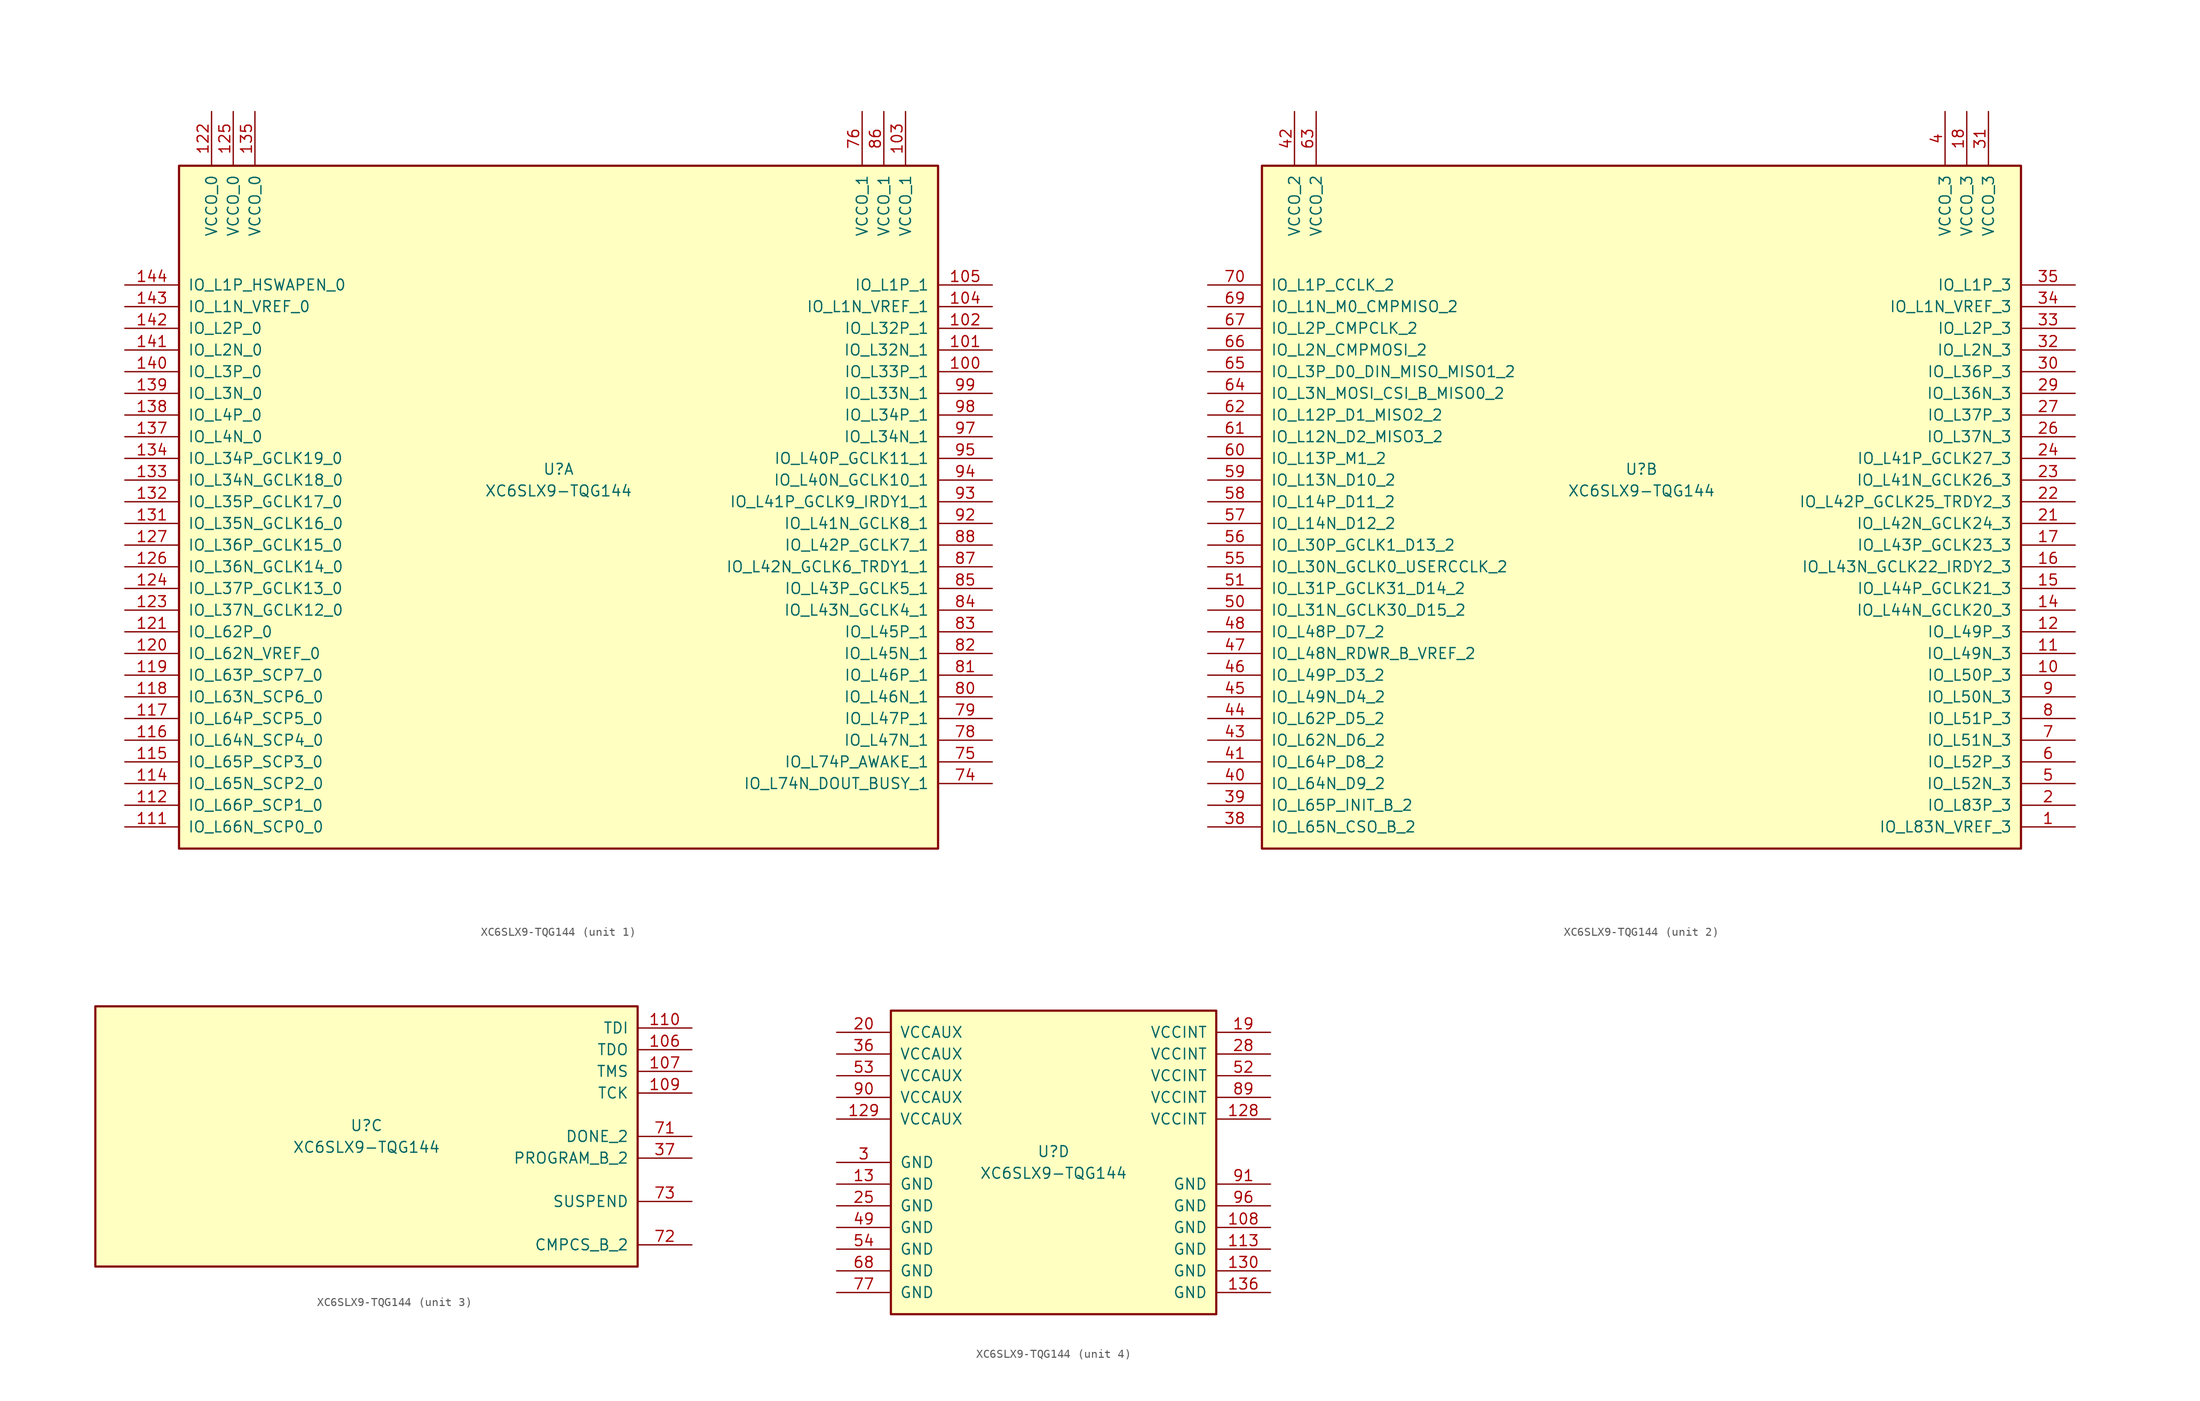
<source format=kicad_sym>
(kicad_symbol_lib
  (version 20211014)
  (generator kicad_symbol_editor)
  (symbol "XC6SLX9-TQG144"
    (pin_names
      (offset 1.016))
    (property "Reference" "U"
      (at 0 1.27 0)
      (effects (font (size 1.27 1.27))))
    (property "Value" "XC6SLX9-TQG144"
      (at 0 -1.27 0)
      (effects (font (size 1.27 1.27))))
    (property "Datasheet" ""
      (at 0 0 0)
      (effects (font (size 1.27 1.27))))
    (property "ki_locked" ""
      (at 0 0 0)
      (effects (font (size 1.27 1.27))))
    (symbol "XC6SLX9-TQG144_1_1"
      (rectangle (start -44.45 36.83) (end 44.45 -43.18) (stroke (width 0.254) (type default) (color 0 0 0 0)) (fill (type background)))
      (pin bidirectional line (at 50.8 12.7 180) (length 6.35) (name "IO_L33P_1" (effects (font (size 1.27 1.27)))) (number "100" (effects (font (size 1.27 1.27)))))
      (pin bidirectional line (at 50.8 15.24 180) (length 6.35) (name "IO_L32N_1" (effects (font (size 1.27 1.27)))) (number "101" (effects (font (size 1.27 1.27)))))
      (pin bidirectional line (at 50.8 17.78 180) (length 6.35) (name "IO_L32P_1" (effects (font (size 1.27 1.27)))) (number "102" (effects (font (size 1.27 1.27)))))
      (pin power_in line (at 40.64 43.18 270) (length 6.35) (name "VCCO_1" (effects (font (size 1.27 1.27)))) (number "103" (effects (font (size 1.27 1.27)))))
      (pin bidirectional line (at 50.8 20.32 180) (length 6.35) (name "IO_L1N_VREF_1" (effects (font (size 1.27 1.27)))) (number "104" (effects (font (size 1.27 1.27)))))
      (pin bidirectional line (at 50.8 22.86 180) (length 6.35) (name "IO_L1P_1" (effects (font (size 1.27 1.27)))) (number "105" (effects (font (size 1.27 1.27)))))
      (pin bidirectional line (at -50.8 -40.64 0) (length 6.35) (name "IO_L66N_SCP0_0" (effects (font (size 1.27 1.27)))) (number "111" (effects (font (size 1.27 1.27)))))
      (pin bidirectional line (at -50.8 -38.1 0) (length 6.35) (name "IO_L66P_SCP1_0" (effects (font (size 1.27 1.27)))) (number "112" (effects (font (size 1.27 1.27)))))
      (pin bidirectional line (at -50.8 -35.56 0) (length 6.35) (name "IO_L65N_SCP2_0" (effects (font (size 1.27 1.27)))) (number "114" (effects (font (size 1.27 1.27)))))
      (pin bidirectional line (at -50.8 -33.02 0) (length 6.35) (name "IO_L65P_SCP3_0" (effects (font (size 1.27 1.27)))) (number "115" (effects (font (size 1.27 1.27)))))
      (pin bidirectional line (at -50.8 -30.48 0) (length 6.35) (name "IO_L64N_SCP4_0" (effects (font (size 1.27 1.27)))) (number "116" (effects (font (size 1.27 1.27)))))
      (pin bidirectional line (at -50.8 -27.94 0) (length 6.35) (name "IO_L64P_SCP5_0" (effects (font (size 1.27 1.27)))) (number "117" (effects (font (size 1.27 1.27)))))
      (pin bidirectional line (at -50.8 -25.4 0) (length 6.35) (name "IO_L63N_SCP6_0" (effects (font (size 1.27 1.27)))) (number "118" (effects (font (size 1.27 1.27)))))
      (pin bidirectional line (at -50.8 -22.86 0) (length 6.35) (name "IO_L63P_SCP7_0" (effects (font (size 1.27 1.27)))) (number "119" (effects (font (size 1.27 1.27)))))
      (pin bidirectional line (at -50.8 -20.32 0) (length 6.35) (name "IO_L62N_VREF_0" (effects (font (size 1.27 1.27)))) (number "120" (effects (font (size 1.27 1.27)))))
      (pin bidirectional line (at -50.8 -17.78 0) (length 6.35) (name "IO_L62P_0" (effects (font (size 1.27 1.27)))) (number "121" (effects (font (size 1.27 1.27)))))
      (pin power_in line (at -40.64 43.18 270) (length 6.35) (name "VCCO_0" (effects (font (size 1.27 1.27)))) (number "122" (effects (font (size 1.27 1.27)))))
      (pin bidirectional line (at -50.8 -15.24 0) (length 6.35) (name "IO_L37N_GCLK12_0" (effects (font (size 1.27 1.27)))) (number "123" (effects (font (size 1.27 1.27)))))
      (pin bidirectional line (at -50.8 -12.7 0) (length 6.35) (name "IO_L37P_GCLK13_0" (effects (font (size 1.27 1.27)))) (number "124" (effects (font (size 1.27 1.27)))))
      (pin power_in line (at -38.1 43.18 270) (length 6.35) (name "VCCO_0" (effects (font (size 1.27 1.27)))) (number "125" (effects (font (size 1.27 1.27)))))
      (pin bidirectional line (at -50.8 -10.16 0) (length 6.35) (name "IO_L36N_GCLK14_0" (effects (font (size 1.27 1.27)))) (number "126" (effects (font (size 1.27 1.27)))))
      (pin bidirectional line (at -50.8 -7.62 0) (length 6.35) (name "IO_L36P_GCLK15_0" (effects (font (size 1.27 1.27)))) (number "127" (effects (font (size 1.27 1.27)))))
      (pin bidirectional line (at -50.8 -5.08 0) (length 6.35) (name "IO_L35N_GCLK16_0" (effects (font (size 1.27 1.27)))) (number "131" (effects (font (size 1.27 1.27)))))
      (pin bidirectional line (at -50.8 -2.54 0) (length 6.35) (name "IO_L35P_GCLK17_0" (effects (font (size 1.27 1.27)))) (number "132" (effects (font (size 1.27 1.27)))))
      (pin bidirectional line (at -50.8 0 0) (length 6.35) (name "IO_L34N_GCLK18_0" (effects (font (size 1.27 1.27)))) (number "133" (effects (font (size 1.27 1.27)))))
      (pin bidirectional line (at -50.8 2.54 0) (length 6.35) (name "IO_L34P_GCLK19_0" (effects (font (size 1.27 1.27)))) (number "134" (effects (font (size 1.27 1.27)))))
      (pin power_in line (at -35.56 43.18 270) (length 6.35) (name "VCCO_0" (effects (font (size 1.27 1.27)))) (number "135" (effects (font (size 1.27 1.27)))))
      (pin bidirectional line (at -50.8 5.08 0) (length 6.35) (name "IO_L4N_0" (effects (font (size 1.27 1.27)))) (number "137" (effects (font (size 1.27 1.27)))))
      (pin bidirectional line (at -50.8 7.62 0) (length 6.35) (name "IO_L4P_0" (effects (font (size 1.27 1.27)))) (number "138" (effects (font (size 1.27 1.27)))))
      (pin bidirectional line (at -50.8 10.16 0) (length 6.35) (name "IO_L3N_0" (effects (font (size 1.27 1.27)))) (number "139" (effects (font (size 1.27 1.27)))))
      (pin bidirectional line (at -50.8 12.7 0) (length 6.35) (name "IO_L3P_0" (effects (font (size 1.27 1.27)))) (number "140" (effects (font (size 1.27 1.27)))))
      (pin bidirectional line (at -50.8 15.24 0) (length 6.35) (name "IO_L2N_0" (effects (font (size 1.27 1.27)))) (number "141" (effects (font (size 1.27 1.27)))))
      (pin bidirectional line (at -50.8 17.78 0) (length 6.35) (name "IO_L2P_0" (effects (font (size 1.27 1.27)))) (number "142" (effects (font (size 1.27 1.27)))))
      (pin bidirectional line (at -50.8 20.32 0) (length 6.35) (name "IO_L1N_VREF_0" (effects (font (size 1.27 1.27)))) (number "143" (effects (font (size 1.27 1.27)))))
      (pin bidirectional line (at -50.8 22.86 0) (length 6.35) (name "IO_L1P_HSWAPEN_0" (effects (font (size 1.27 1.27)))) (number "144" (effects (font (size 1.27 1.27)))))
      (pin bidirectional line (at 50.8 -35.56 180) (length 6.35) (name "IO_L74N_DOUT_BUSY_1" (effects (font (size 1.27 1.27)))) (number "74" (effects (font (size 1.27 1.27)))))
      (pin bidirectional line (at 50.8 -33.02 180) (length 6.35) (name "IO_L74P_AWAKE_1" (effects (font (size 1.27 1.27)))) (number "75" (effects (font (size 1.27 1.27)))))
      (pin power_in line (at 35.56 43.18 270) (length 6.35) (name "VCCO_1" (effects (font (size 1.27 1.27)))) (number "76" (effects (font (size 1.27 1.27)))))
      (pin bidirectional line (at 50.8 -30.48 180) (length 6.35) (name "IO_L47N_1" (effects (font (size 1.27 1.27)))) (number "78" (effects (font (size 1.27 1.27)))))
      (pin bidirectional line (at 50.8 -27.94 180) (length 6.35) (name "IO_L47P_1" (effects (font (size 1.27 1.27)))) (number "79" (effects (font (size 1.27 1.27)))))
      (pin bidirectional line (at 50.8 -25.4 180) (length 6.35) (name "IO_L46N_1" (effects (font (size 1.27 1.27)))) (number "80" (effects (font (size 1.27 1.27)))))
      (pin bidirectional line (at 50.8 -22.86 180) (length 6.35) (name "IO_L46P_1" (effects (font (size 1.27 1.27)))) (number "81" (effects (font (size 1.27 1.27)))))
      (pin bidirectional line (at 50.8 -20.32 180) (length 6.35) (name "IO_L45N_1" (effects (font (size 1.27 1.27)))) (number "82" (effects (font (size 1.27 1.27)))))
      (pin bidirectional line (at 50.8 -17.78 180) (length 6.35) (name "IO_L45P_1" (effects (font (size 1.27 1.27)))) (number "83" (effects (font (size 1.27 1.27)))))
      (pin bidirectional line (at 50.8 -15.24 180) (length 6.35) (name "IO_L43N_GCLK4_1" (effects (font (size 1.27 1.27)))) (number "84" (effects (font (size 1.27 1.27)))))
      (pin bidirectional line (at 50.8 -12.7 180) (length 6.35) (name "IO_L43P_GCLK5_1" (effects (font (size 1.27 1.27)))) (number "85" (effects (font (size 1.27 1.27)))))
      (pin power_in line (at 38.1 43.18 270) (length 6.35) (name "VCCO_1" (effects (font (size 1.27 1.27)))) (number "86" (effects (font (size 1.27 1.27)))))
      (pin bidirectional line (at 50.8 -10.16 180) (length 6.35) (name "IO_L42N_GCLK6_TRDY1_1" (effects (font (size 1.27 1.27)))) (number "87" (effects (font (size 1.27 1.27)))))
      (pin bidirectional line (at 50.8 -7.62 180) (length 6.35) (name "IO_L42P_GCLK7_1" (effects (font (size 1.27 1.27)))) (number "88" (effects (font (size 1.27 1.27)))))
      (pin bidirectional line (at 50.8 -5.08 180) (length 6.35) (name "IO_L41N_GCLK8_1" (effects (font (size 1.27 1.27)))) (number "92" (effects (font (size 1.27 1.27)))))
      (pin bidirectional line (at 50.8 -2.54 180) (length 6.35) (name "IO_L41P_GCLK9_IRDY1_1" (effects (font (size 1.27 1.27)))) (number "93" (effects (font (size 1.27 1.27)))))
      (pin bidirectional line (at 50.8 0 180) (length 6.35) (name "IO_L40N_GCLK10_1" (effects (font (size 1.27 1.27)))) (number "94" (effects (font (size 1.27 1.27)))))
      (pin bidirectional line (at 50.8 2.54 180) (length 6.35) (name "IO_L40P_GCLK11_1" (effects (font (size 1.27 1.27)))) (number "95" (effects (font (size 1.27 1.27)))))
      (pin bidirectional line (at 50.8 5.08 180) (length 6.35) (name "IO_L34N_1" (effects (font (size 1.27 1.27)))) (number "97" (effects (font (size 1.27 1.27)))))
      (pin bidirectional line (at 50.8 7.62 180) (length 6.35) (name "IO_L34P_1" (effects (font (size 1.27 1.27)))) (number "98" (effects (font (size 1.27 1.27)))))
      (pin bidirectional line (at 50.8 10.16 180) (length 6.35) (name "IO_L33N_1" (effects (font (size 1.27 1.27)))) (number "99" (effects (font (size 1.27 1.27))))))
    (symbol "XC6SLX9-TQG144_2_1"
      (rectangle (start -44.45 36.83) (end 44.45 -43.18) (stroke (width 0.254) (type default) (color 0 0 0 0)) (fill (type background)))
      (pin bidirectional line (at 50.8 -40.64 180) (length 6.35) (name "IO_L83N_VREF_3" (effects (font (size 1.27 1.27)))) (number "1" (effects (font (size 1.27 1.27)))))
      (pin bidirectional line (at 50.8 -22.86 180) (length 6.35) (name "IO_L50P_3" (effects (font (size 1.27 1.27)))) (number "10" (effects (font (size 1.27 1.27)))))
      (pin bidirectional line (at 50.8 -20.32 180) (length 6.35) (name "IO_L49N_3" (effects (font (size 1.27 1.27)))) (number "11" (effects (font (size 1.27 1.27)))))
      (pin bidirectional line (at 50.8 -17.78 180) (length 6.35) (name "IO_L49P_3" (effects (font (size 1.27 1.27)))) (number "12" (effects (font (size 1.27 1.27)))))
      (pin bidirectional line (at 50.8 -15.24 180) (length 6.35) (name "IO_L44N_GCLK20_3" (effects (font (size 1.27 1.27)))) (number "14" (effects (font (size 1.27 1.27)))))
      (pin bidirectional line (at 50.8 -12.7 180) (length 6.35) (name "IO_L44P_GCLK21_3" (effects (font (size 1.27 1.27)))) (number "15" (effects (font (size 1.27 1.27)))))
      (pin bidirectional line (at 50.8 -10.16 180) (length 6.35) (name "IO_L43N_GCLK22_IRDY2_3" (effects (font (size 1.27 1.27)))) (number "16" (effects (font (size 1.27 1.27)))))
      (pin bidirectional line (at 50.8 -7.62 180) (length 6.35) (name "IO_L43P_GCLK23_3" (effects (font (size 1.27 1.27)))) (number "17" (effects (font (size 1.27 1.27)))))
      (pin power_in line (at 38.1 43.18 270) (length 6.35) (name "VCCO_3" (effects (font (size 1.27 1.27)))) (number "18" (effects (font (size 1.27 1.27)))))
      (pin bidirectional line (at 50.8 -38.1 180) (length 6.35) (name "IO_L83P_3" (effects (font (size 1.27 1.27)))) (number "2" (effects (font (size 1.27 1.27)))))
      (pin bidirectional line (at 50.8 -5.08 180) (length 6.35) (name "IO_L42N_GCLK24_3" (effects (font (size 1.27 1.27)))) (number "21" (effects (font (size 1.27 1.27)))))
      (pin bidirectional line (at 50.8 -2.54 180) (length 6.35) (name "IO_L42P_GCLK25_TRDY2_3" (effects (font (size 1.27 1.27)))) (number "22" (effects (font (size 1.27 1.27)))))
      (pin bidirectional line (at 50.8 0 180) (length 6.35) (name "IO_L41N_GCLK26_3" (effects (font (size 1.27 1.27)))) (number "23" (effects (font (size 1.27 1.27)))))
      (pin bidirectional line (at 50.8 2.54 180) (length 6.35) (name "IO_L41P_GCLK27_3" (effects (font (size 1.27 1.27)))) (number "24" (effects (font (size 1.27 1.27)))))
      (pin bidirectional line (at 50.8 5.08 180) (length 6.35) (name "IO_L37N_3" (effects (font (size 1.27 1.27)))) (number "26" (effects (font (size 1.27 1.27)))))
      (pin bidirectional line (at 50.8 7.62 180) (length 6.35) (name "IO_L37P_3" (effects (font (size 1.27 1.27)))) (number "27" (effects (font (size 1.27 1.27)))))
      (pin bidirectional line (at 50.8 10.16 180) (length 6.35) (name "IO_L36N_3" (effects (font (size 1.27 1.27)))) (number "29" (effects (font (size 1.27 1.27)))))
      (pin bidirectional line (at 50.8 12.7 180) (length 6.35) (name "IO_L36P_3" (effects (font (size 1.27 1.27)))) (number "30" (effects (font (size 1.27 1.27)))))
      (pin power_in line (at 40.64 43.18 270) (length 6.35) (name "VCCO_3" (effects (font (size 1.27 1.27)))) (number "31" (effects (font (size 1.27 1.27)))))
      (pin bidirectional line (at 50.8 15.24 180) (length 6.35) (name "IO_L2N_3" (effects (font (size 1.27 1.27)))) (number "32" (effects (font (size 1.27 1.27)))))
      (pin bidirectional line (at 50.8 17.78 180) (length 6.35) (name "IO_L2P_3" (effects (font (size 1.27 1.27)))) (number "33" (effects (font (size 1.27 1.27)))))
      (pin bidirectional line (at 50.8 20.32 180) (length 6.35) (name "IO_L1N_VREF_3" (effects (font (size 1.27 1.27)))) (number "34" (effects (font (size 1.27 1.27)))))
      (pin bidirectional line (at 50.8 22.86 180) (length 6.35) (name "IO_L1P_3" (effects (font (size 1.27 1.27)))) (number "35" (effects (font (size 1.27 1.27)))))
      (pin bidirectional line (at -50.8 -40.64 0) (length 6.35) (name "IO_L65N_CSO_B_2" (effects (font (size 1.27 1.27)))) (number "38" (effects (font (size 1.27 1.27)))))
      (pin bidirectional line (at -50.8 -38.1 0) (length 6.35) (name "IO_L65P_INIT_B_2" (effects (font (size 1.27 1.27)))) (number "39" (effects (font (size 1.27 1.27)))))
      (pin power_in line (at 35.56 43.18 270) (length 6.35) (name "VCCO_3" (effects (font (size 1.27 1.27)))) (number "4" (effects (font (size 1.27 1.27)))))
      (pin bidirectional line (at -50.8 -35.56 0) (length 6.35) (name "IO_L64N_D9_2" (effects (font (size 1.27 1.27)))) (number "40" (effects (font (size 1.27 1.27)))))
      (pin bidirectional line (at -50.8 -33.02 0) (length 6.35) (name "IO_L64P_D8_2" (effects (font (size 1.27 1.27)))) (number "41" (effects (font (size 1.27 1.27)))))
      (pin power_in line (at -40.64 43.18 270) (length 6.35) (name "VCCO_2" (effects (font (size 1.27 1.27)))) (number "42" (effects (font (size 1.27 1.27)))))
      (pin bidirectional line (at -50.8 -30.48 0) (length 6.35) (name "IO_L62N_D6_2" (effects (font (size 1.27 1.27)))) (number "43" (effects (font (size 1.27 1.27)))))
      (pin bidirectional line (at -50.8 -27.94 0) (length 6.35) (name "IO_L62P_D5_2" (effects (font (size 1.27 1.27)))) (number "44" (effects (font (size 1.27 1.27)))))
      (pin bidirectional line (at -50.8 -25.4 0) (length 6.35) (name "IO_L49N_D4_2" (effects (font (size 1.27 1.27)))) (number "45" (effects (font (size 1.27 1.27)))))
      (pin bidirectional line (at -50.8 -22.86 0) (length 6.35) (name "IO_L49P_D3_2" (effects (font (size 1.27 1.27)))) (number "46" (effects (font (size 1.27 1.27)))))
      (pin bidirectional line (at -50.8 -20.32 0) (length 6.35) (name "IO_L48N_RDWR_B_VREF_2" (effects (font (size 1.27 1.27)))) (number "47" (effects (font (size 1.27 1.27)))))
      (pin bidirectional line (at -50.8 -17.78 0) (length 6.35) (name "IO_L48P_D7_2" (effects (font (size 1.27 1.27)))) (number "48" (effects (font (size 1.27 1.27)))))
      (pin bidirectional line (at 50.8 -35.56 180) (length 6.35) (name "IO_L52N_3" (effects (font (size 1.27 1.27)))) (number "5" (effects (font (size 1.27 1.27)))))
      (pin bidirectional line (at -50.8 -15.24 0) (length 6.35) (name "IO_L31N_GCLK30_D15_2" (effects (font (size 1.27 1.27)))) (number "50" (effects (font (size 1.27 1.27)))))
      (pin bidirectional line (at -50.8 -12.7 0) (length 6.35) (name "IO_L31P_GCLK31_D14_2" (effects (font (size 1.27 1.27)))) (number "51" (effects (font (size 1.27 1.27)))))
      (pin bidirectional line (at -50.8 -10.16 0) (length 6.35) (name "IO_L30N_GCLK0_USERCCLK_2" (effects (font (size 1.27 1.27)))) (number "55" (effects (font (size 1.27 1.27)))))
      (pin bidirectional line (at -50.8 -7.62 0) (length 6.35) (name "IO_L30P_GCLK1_D13_2" (effects (font (size 1.27 1.27)))) (number "56" (effects (font (size 1.27 1.27)))))
      (pin bidirectional line (at -50.8 -5.08 0) (length 6.35) (name "IO_L14N_D12_2" (effects (font (size 1.27 1.27)))) (number "57" (effects (font (size 1.27 1.27)))))
      (pin bidirectional line (at -50.8 -2.54 0) (length 6.35) (name "IO_L14P_D11_2" (effects (font (size 1.27 1.27)))) (number "58" (effects (font (size 1.27 1.27)))))
      (pin bidirectional line (at -50.8 0 0) (length 6.35) (name "IO_L13N_D10_2" (effects (font (size 1.27 1.27)))) (number "59" (effects (font (size 1.27 1.27)))))
      (pin bidirectional line (at 50.8 -33.02 180) (length 6.35) (name "IO_L52P_3" (effects (font (size 1.27 1.27)))) (number "6" (effects (font (size 1.27 1.27)))))
      (pin bidirectional line (at -50.8 2.54 0) (length 6.35) (name "IO_L13P_M1_2" (effects (font (size 1.27 1.27)))) (number "60" (effects (font (size 1.27 1.27)))))
      (pin bidirectional line (at -50.8 5.08 0) (length 6.35) (name "IO_L12N_D2_MISO3_2" (effects (font (size 1.27 1.27)))) (number "61" (effects (font (size 1.27 1.27)))))
      (pin bidirectional line (at -50.8 7.62 0) (length 6.35) (name "IO_L12P_D1_MISO2_2" (effects (font (size 1.27 1.27)))) (number "62" (effects (font (size 1.27 1.27)))))
      (pin power_in line (at -38.1 43.18 270) (length 6.35) (name "VCCO_2" (effects (font (size 1.27 1.27)))) (number "63" (effects (font (size 1.27 1.27)))))
      (pin bidirectional line (at -50.8 10.16 0) (length 6.35) (name "IO_L3N_MOSI_CSI_B_MISO0_2" (effects (font (size 1.27 1.27)))) (number "64" (effects (font (size 1.27 1.27)))))
      (pin bidirectional line (at -50.8 12.7 0) (length 6.35) (name "IO_L3P_D0_DIN_MISO_MISO1_2" (effects (font (size 1.27 1.27)))) (number "65" (effects (font (size 1.27 1.27)))))
      (pin bidirectional line (at -50.8 15.24 0) (length 6.35) (name "IO_L2N_CMPMOSI_2" (effects (font (size 1.27 1.27)))) (number "66" (effects (font (size 1.27 1.27)))))
      (pin bidirectional line (at -50.8 17.78 0) (length 6.35) (name "IO_L2P_CMPCLK_2" (effects (font (size 1.27 1.27)))) (number "67" (effects (font (size 1.27 1.27)))))
      (pin bidirectional line (at -50.8 20.32 0) (length 6.35) (name "IO_L1N_M0_CMPMISO_2" (effects (font (size 1.27 1.27)))) (number "69" (effects (font (size 1.27 1.27)))))
      (pin bidirectional line (at 50.8 -30.48 180) (length 6.35) (name "IO_L51N_3" (effects (font (size 1.27 1.27)))) (number "7" (effects (font (size 1.27 1.27)))))
      (pin bidirectional line (at -50.8 22.86 0) (length 6.35) (name "IO_L1P_CCLK_2" (effects (font (size 1.27 1.27)))) (number "70" (effects (font (size 1.27 1.27)))))
      (pin bidirectional line (at 50.8 -27.94 180) (length 6.35) (name "IO_L51P_3" (effects (font (size 1.27 1.27)))) (number "8" (effects (font (size 1.27 1.27)))))
      (pin bidirectional line (at 50.8 -25.4 180) (length 6.35) (name "IO_L50N_3" (effects (font (size 1.27 1.27)))) (number "9" (effects (font (size 1.27 1.27))))))
    (symbol "XC6SLX9-TQG144_3_1"
      (rectangle (start -31.75 15.24) (end 31.75 -15.24) (stroke (width 0.254) (type default) (color 0 0 0 0)) (fill (type background)))
      (pin bidirectional line (at 38.1 10.16 180) (length 6.35) (name "TDO" (effects (font (size 1.27 1.27)))) (number "106" (effects (font (size 1.27 1.27)))))
      (pin bidirectional line (at 38.1 7.62 180) (length 6.35) (name "TMS" (effects (font (size 1.27 1.27)))) (number "107" (effects (font (size 1.27 1.27)))))
      (pin bidirectional line (at 38.1 5.08 180) (length 6.35) (name "TCK" (effects (font (size 1.27 1.27)))) (number "109" (effects (font (size 1.27 1.27)))))
      (pin bidirectional line (at 38.1 12.7 180) (length 6.35) (name "TDI" (effects (font (size 1.27 1.27)))) (number "110" (effects (font (size 1.27 1.27)))))
      (pin bidirectional line (at 38.1 -2.54 180) (length 6.35) (name "PROGRAM_B_2" (effects (font (size 1.27 1.27)))) (number "37" (effects (font (size 1.27 1.27)))))
      (pin bidirectional line (at 38.1 0 180) (length 6.35) (name "DONE_2" (effects (font (size 1.27 1.27)))) (number "71" (effects (font (size 1.27 1.27)))))
      (pin bidirectional line (at 38.1 -12.7 180) (length 6.35) (name "CMPCS_B_2" (effects (font (size 1.27 1.27)))) (number "72" (effects (font (size 1.27 1.27)))))
      (pin bidirectional line (at 38.1 -7.62 180) (length 6.35) (name "SUSPEND" (effects (font (size 1.27 1.27)))) (number "73" (effects (font (size 1.27 1.27))))))
    (symbol "XC6SLX9-TQG144_4_1"
      (rectangle (start -19.05 17.78) (end 19.05 -17.78) (stroke (width 0.254) (type default) (color 0 0 0 0)) (fill (type background)))
      (pin power_in line (at 25.4 -7.62 180) (length 6.35) (name "GND" (effects (font (size 1.27 1.27)))) (number "108" (effects (font (size 1.27 1.27)))))
      (pin power_in line (at 25.4 -10.16 180) (length 6.35) (name "GND" (effects (font (size 1.27 1.27)))) (number "113" (effects (font (size 1.27 1.27)))))
      (pin power_in line (at 25.4 5.08 180) (length 6.35) (name "VCCINT" (effects (font (size 1.27 1.27)))) (number "128" (effects (font (size 1.27 1.27)))))
      (pin power_in line (at -25.4 5.08 0) (length 6.35) (name "VCCAUX" (effects (font (size 1.27 1.27)))) (number "129" (effects (font (size 1.27 1.27)))))
      (pin power_in line (at -25.4 -2.54 0) (length 6.35) (name "GND" (effects (font (size 1.27 1.27)))) (number "13" (effects (font (size 1.27 1.27)))))
      (pin power_in line (at 25.4 -12.7 180) (length 6.35) (name "GND" (effects (font (size 1.27 1.27)))) (number "130" (effects (font (size 1.27 1.27)))))
      (pin power_in line (at 25.4 -15.24 180) (length 6.35) (name "GND" (effects (font (size 1.27 1.27)))) (number "136" (effects (font (size 1.27 1.27)))))
      (pin power_in line (at 25.4 15.24 180) (length 6.35) (name "VCCINT" (effects (font (size 1.27 1.27)))) (number "19" (effects (font (size 1.27 1.27)))))
      (pin power_in line (at -25.4 15.24 0) (length 6.35) (name "VCCAUX" (effects (font (size 1.27 1.27)))) (number "20" (effects (font (size 1.27 1.27)))))
      (pin power_in line (at -25.4 -5.08 0) (length 6.35) (name "GND" (effects (font (size 1.27 1.27)))) (number "25" (effects (font (size 1.27 1.27)))))
      (pin power_in line (at 25.4 12.7 180) (length 6.35) (name "VCCINT" (effects (font (size 1.27 1.27)))) (number "28" (effects (font (size 1.27 1.27)))))
      (pin power_in line (at -25.4 0 0) (length 6.35) (name "GND" (effects (font (size 1.27 1.27)))) (number "3" (effects (font (size 1.27 1.27)))))
      (pin power_in line (at -25.4 12.7 0) (length 6.35) (name "VCCAUX" (effects (font (size 1.27 1.27)))) (number "36" (effects (font (size 1.27 1.27)))))
      (pin power_in line (at -25.4 -7.62 0) (length 6.35) (name "GND" (effects (font (size 1.27 1.27)))) (number "49" (effects (font (size 1.27 1.27)))))
      (pin power_in line (at 25.4 10.16 180) (length 6.35) (name "VCCINT" (effects (font (size 1.27 1.27)))) (number "52" (effects (font (size 1.27 1.27)))))
      (pin power_in line (at -25.4 10.16 0) (length 6.35) (name "VCCAUX" (effects (font (size 1.27 1.27)))) (number "53" (effects (font (size 1.27 1.27)))))
      (pin power_in line (at -25.4 -10.16 0) (length 6.35) (name "GND" (effects (font (size 1.27 1.27)))) (number "54" (effects (font (size 1.27 1.27)))))
      (pin power_in line (at -25.4 -12.7 0) (length 6.35) (name "GND" (effects (font (size 1.27 1.27)))) (number "68" (effects (font (size 1.27 1.27)))))
      (pin power_in line (at -25.4 -15.24 0) (length 6.35) (name "GND" (effects (font (size 1.27 1.27)))) (number "77" (effects (font (size 1.27 1.27)))))
      (pin power_in line (at 25.4 7.62 180) (length 6.35) (name "VCCINT" (effects (font (size 1.27 1.27)))) (number "89" (effects (font (size 1.27 1.27)))))
      (pin power_in line (at -25.4 7.62 0) (length 6.35) (name "VCCAUX" (effects (font (size 1.27 1.27)))) (number "90" (effects (font (size 1.27 1.27)))))
      (pin power_in line (at 25.4 -2.54 180) (length 6.35) (name "GND" (effects (font (size 1.27 1.27)))) (number "91" (effects (font (size 1.27 1.27)))))
      (pin power_in line (at 25.4 -5.08 180) (length 6.35) (name "GND" (effects (font (size 1.27 1.27)))) (number "96" (effects (font (size 1.27 1.27))))))))
</source>
